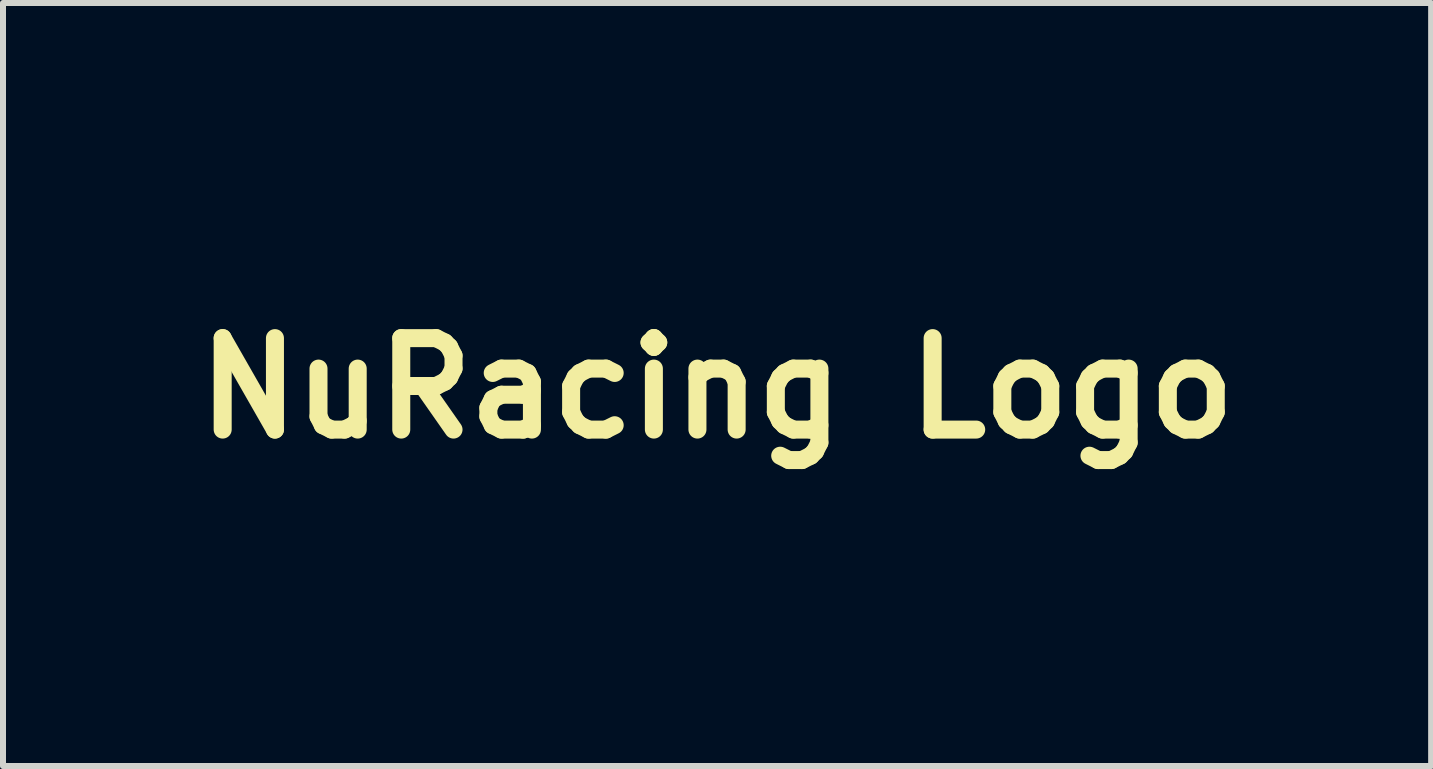
<source format=kicad_pcb>
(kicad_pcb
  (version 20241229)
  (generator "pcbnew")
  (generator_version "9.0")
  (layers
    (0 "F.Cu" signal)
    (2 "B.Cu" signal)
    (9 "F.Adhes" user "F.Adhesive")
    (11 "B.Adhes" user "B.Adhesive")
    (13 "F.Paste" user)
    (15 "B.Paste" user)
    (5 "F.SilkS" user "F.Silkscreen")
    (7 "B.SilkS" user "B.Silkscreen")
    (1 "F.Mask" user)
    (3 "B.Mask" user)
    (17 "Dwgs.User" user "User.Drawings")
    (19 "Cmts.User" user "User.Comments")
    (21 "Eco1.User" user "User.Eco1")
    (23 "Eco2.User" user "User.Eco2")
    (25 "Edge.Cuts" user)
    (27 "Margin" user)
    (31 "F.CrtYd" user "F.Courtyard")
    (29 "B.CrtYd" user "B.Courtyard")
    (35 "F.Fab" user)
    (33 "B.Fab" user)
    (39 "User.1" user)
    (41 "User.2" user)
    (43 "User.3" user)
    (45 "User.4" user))
  (footprint "NuRacing Logo"
    (layer "F.Cu")
    (at 8.897 3.418)
    (property "Reference" "NuRacing Logo" (at 0 0 0) (layer "F.SilkS") (effects (font (size 1.524 1.524) (thickness 0.3))))
    (attr through_hole)
    (fp_poly (pts (xy 0.421 2.333) (xy 0.451 2.343) (xy 0.452 2.344) (xy 0.449 2.371) (xy 0.431 2.422) (xy 0.412 2.466) (xy 0.382 2.532) (xy 0.34 2.621) (xy 0.293 2.721) (xy 0.266 2.778) (xy 0.169 2.985) (xy 0.083 2.985) (xy 0.029 2.982) (xy 0.008 2.971) (xy 0.009 2.946) (xy 0.011 2.94) (xy 0.025 2.906) (xy 0.054 2.842) (xy 0.093 2.756) (xy 0.14 2.655) (xy 0.161 2.612) (xy 0.213 2.503) (xy 0.252 2.426) (xy 0.28 2.376) (xy 0.303 2.347) (xy 0.325 2.333) (xy 0.349 2.329) (xy 0.369 2.328) (xy 0.421 2.333)) (stroke (width 0.01) (type solid)) (fill no) (layer "Eco2.User"))
    (fp_poly (pts (xy 1.667 2.333) (xy 1.693 2.344) (xy 1.693 2.347) (xy 1.685 2.372) (xy 1.661 2.428) (xy 1.624 2.508) (xy 1.579 2.606) (xy 1.546 2.675) (xy 1.483 2.807) (xy 1.433 2.902) (xy 1.389 2.961) (xy 1.346 2.985) (xy 1.298 2.977) (xy 1.238 2.937) (xy 1.162 2.866) (xy 1.07 2.773) (xy 0.995 2.697) (xy 0.931 2.634) (xy 0.883 2.589) (xy 0.858 2.567) (xy 0.856 2.566) (xy 0.845 2.586) (xy 0.821 2.637) (xy 0.786 2.71) (xy 0.754 2.778) (xy 0.659 2.985) (xy 0.489 2.985) (xy 0.643 2.662) (xy 0.708 2.525) (xy 0.76 2.426) (xy 0.805 2.361) (xy 0.848 2.331) (xy 0.894 2.333) (xy 0.948 2.367) (xy 1.017 2.43) (xy 1.106 2.522) (xy 1.125 2.543) (xy 1.2 2.62) (xy 1.263 2.684) (xy 1.311 2.729) (xy 1.338 2.75) (xy 1.341 2.751) (xy 1.353 2.729) (xy 1.379 2.677) (xy 1.414 2.603) (xy 1.446 2.535) (xy 1.489 2.444) (xy 1.52 2.384) (xy 1.544 2.35) (xy 1.567 2.334) (xy 1.595 2.329) (xy 1.618 2.328) (xy 1.667 2.333)) (stroke (width 0.01) (type solid)) (fill no) (layer "Eco2.User"))
    (fp_poly (pts (xy -1.477 2.337) (xy -1.44 2.375) (xy -1.44 2.376) (xy -1.43 2.41) (xy -1.414 2.475) (xy -1.394 2.561) (xy -1.373 2.659) (xy -1.352 2.758) (xy -1.333 2.849) (xy -1.32 2.922) (xy -1.313 2.966) (xy -1.312 2.972) (xy -1.331 2.98) (xy -1.379 2.982) (xy -1.413 2.98) (xy -1.474 2.974) (xy -1.506 2.961) (xy -1.52 2.932) (xy -1.524 2.91) (xy -1.535 2.847) (xy -1.772 2.841) (xy -2.009 2.835) (xy -2.092 2.91) (xy -2.152 2.957) (xy -2.206 2.979) (xy -2.267 2.985) (xy -2.322 2.983) (xy -2.341 2.975) (xy -2.331 2.959) (xy -2.328 2.955) (xy -2.295 2.926) (xy -2.238 2.875) (xy -2.162 2.808) (xy -2.073 2.731) (xy -2.052 2.712) (xy -1.859 2.712) (xy -1.843 2.721) (xy -1.795 2.728) (xy -1.724 2.73) (xy -1.713 2.731) (xy -1.561 2.731) (xy -1.575 2.61) (xy -1.584 2.543) (xy -1.593 2.495) (xy -1.598 2.48) (xy -1.616 2.489) (xy -1.656 2.519) (xy -1.708 2.563) (xy -1.763 2.613) (xy -1.813 2.66) (xy -1.848 2.696) (xy -1.859 2.712) (xy -2.052 2.712) (xy -1.98 2.649) (xy -1.888 2.569) (xy -1.804 2.496) (xy -1.735 2.437) (xy -1.687 2.396) (xy -1.676 2.386) (xy -1.605 2.343) (xy -1.535 2.327) (xy -1.477 2.337)) (stroke (width 0.01) (type solid)) (fill no) (layer "Eco2.User"))
    (fp_poly (pts (xy -0.284 2.331) (xy -0.176 2.337) (xy -0.102 2.35) (xy -0.06 2.372) (xy -0.044 2.404) (xy -0.052 2.448) (xy -0.073 2.496) (xy -0.104 2.538) (xy -0.151 2.559) (xy -0.191 2.565) (xy -0.254 2.566) (xy -0.288 2.557) (xy -0.288 2.539) (xy -0.276 2.53) (xy -0.256 2.499) (xy -0.254 2.486) (xy -0.262 2.472) (xy -0.289 2.463) (xy -0.342 2.458) (xy -0.428 2.456) (xy -0.483 2.455) (xy -0.713 2.455) (xy -0.801 2.641) (xy -0.839 2.722) (xy -0.868 2.788) (xy -0.886 2.831) (xy -0.889 2.842) (xy -0.869 2.848) (xy -0.816 2.853) (xy -0.737 2.857) (xy -0.654 2.857) (xy -0.42 2.857) (xy -0.396 2.794) (xy -0.368 2.747) (xy -0.326 2.731) (xy -0.315 2.731) (xy -0.245 2.735) (xy -0.212 2.752) (xy -0.212 2.788) (xy -0.235 2.84) (xy -0.265 2.89) (xy -0.301 2.927) (xy -0.351 2.953) (xy -0.42 2.97) (xy -0.514 2.98) (xy -0.64 2.984) (xy -0.738 2.985) (xy -0.865 2.984) (xy -0.956 2.981) (xy -1.018 2.976) (xy -1.056 2.967) (xy -1.077 2.955) (xy -1.08 2.953) (xy -1.09 2.93) (xy -1.09 2.897) (xy -1.077 2.849) (xy -1.049 2.779) (xy -1.005 2.683) (xy -0.946 2.561) (xy -0.904 2.481) (xy -0.866 2.422) (xy -0.824 2.381) (xy -0.771 2.354) (xy -0.698 2.339) (xy -0.6 2.332) (xy -0.469 2.33) (xy -0.43 2.33) (xy -0.284 2.331)) (stroke (width 0.01) (type solid)) (fill no) (layer "Eco2.User"))
    (fp_poly (pts (xy -2.46 2.334) (xy -2.381 2.341) (xy -2.33 2.353) (xy -2.3 2.371) (xy -2.287 2.397) (xy -2.286 2.414) (xy -2.298 2.469) (xy -2.329 2.54) (xy -2.37 2.613) (xy -2.413 2.673) (xy -2.438 2.697) (xy -2.49 2.719) (xy -2.559 2.73) (xy -2.576 2.731) (xy -2.632 2.734) (xy -2.664 2.743) (xy -2.667 2.747) (xy -2.653 2.77) (xy -2.616 2.812) (xy -2.572 2.857) (xy -2.522 2.909) (xy -2.488 2.949) (xy -2.477 2.968) (xy -2.496 2.977) (xy -2.545 2.983) (xy -2.598 2.984) (xy -2.72 2.984) (xy -2.817 2.863) (xy -2.87 2.798) (xy -2.91 2.761) (xy -2.947 2.744) (xy -2.992 2.739) (xy -2.993 2.739) (xy -3.037 2.74) (xy -3.067 2.753) (xy -3.093 2.784) (xy -3.126 2.843) (xy -3.134 2.861) (xy -3.169 2.927) (xy -3.196 2.964) (xy -3.225 2.981) (xy -3.267 2.984) (xy -3.281 2.985) (xy -3.334 2.983) (xy -3.363 2.978) (xy -3.365 2.977) (xy -3.357 2.956) (xy -3.333 2.903) (xy -3.298 2.826) (xy -3.253 2.729) (xy -3.218 2.654) (xy -3.204 2.625) (xy -3.028 2.625) (xy -2.796 2.625) (xy -2.694 2.624) (xy -2.625 2.622) (xy -2.582 2.615) (xy -2.553 2.603) (xy -2.532 2.583) (xy -2.52 2.569) (xy -2.488 2.523) (xy -2.476 2.492) (xy -2.491 2.472) (xy -2.536 2.461) (xy -2.615 2.456) (xy -2.709 2.455) (xy -2.941 2.455) (xy -2.985 2.54) (xy -3.028 2.625) (xy -3.204 2.625) (xy -3.07 2.339) (xy -2.72 2.333) (xy -2.571 2.332) (xy -2.46 2.334)) (stroke (width 0.01) (type solid)) (fill no) (layer "Eco2.User"))
    (fp_poly (pts (xy 2.609 2.331) (xy 2.72 2.336) (xy 2.799 2.346) (xy 2.848 2.362) (xy 2.873 2.384) (xy 2.878 2.407) (xy 2.866 2.462) (xy 2.825 2.495) (xy 2.751 2.513) (xy 2.695 2.519) (xy 2.672 2.513) (xy 2.672 2.494) (xy 2.674 2.49) (xy 2.676 2.475) (xy 2.665 2.466) (xy 2.635 2.46) (xy 2.58 2.458) (xy 2.493 2.458) (xy 2.412 2.46) (xy 2.136 2.466) (xy 2.043 2.662) (xy 1.95 2.857) (xy 2.497 2.857) (xy 2.562 2.731) (xy 2.424 2.731) (xy 2.344 2.728) (xy 2.301 2.718) (xy 2.288 2.696) (xy 2.301 2.658) (xy 2.308 2.644) (xy 2.322 2.626) (xy 2.345 2.614) (xy 2.386 2.608) (xy 2.453 2.604) (xy 2.554 2.604) (xy 2.562 2.603) (xy 2.655 2.604) (xy 2.731 2.607) (xy 2.78 2.61) (xy 2.794 2.613) (xy 2.786 2.636) (xy 2.763 2.686) (xy 2.732 2.753) (xy 2.729 2.76) (xy 2.694 2.831) (xy 2.664 2.885) (xy 2.632 2.923) (xy 2.59 2.949) (xy 2.534 2.964) (xy 2.455 2.973) (xy 2.348 2.978) (xy 2.206 2.98) (xy 2.192 2.98) (xy 2.053 2.982) (xy 1.95 2.982) (xy 1.877 2.98) (xy 1.829 2.976) (xy 1.799 2.968) (xy 1.781 2.957) (xy 1.778 2.953) (xy 1.765 2.924) (xy 1.766 2.882) (xy 1.784 2.821) (xy 1.819 2.737) (xy 1.874 2.624) (xy 1.901 2.572) (xy 1.945 2.491) (xy 1.983 2.43) (xy 2.025 2.387) (xy 2.075 2.359) (xy 2.143 2.342) (xy 2.233 2.333) (xy 2.354 2.33) (xy 2.459 2.33) (xy 2.609 2.331)) (stroke (width 0.01) (type solid)) (fill no) (layer "Eco2.User"))
    (fp_poly (pts (xy 3.632 -2.111) (xy 3.606 -2.054) (xy 3.567 -1.968) (xy 3.517 -1.862) (xy 3.463 -1.746) (xy 3.429 -1.672) (xy 3.373 -1.553) (xy 3.319 -1.436) (xy 3.271 -1.332) (xy 3.233 -1.251) (xy 3.217 -1.217) (xy 3.18 -1.137) (xy 3.134 -1.037) (xy 3.086 -0.935) (xy 3.074 -0.91) (xy 3.027 -0.809) (xy 2.978 -0.703) (xy 2.935 -0.611) (xy 2.926 -0.593) (xy 2.893 -0.522) (xy 2.846 -0.421) (xy 2.787 -0.296) (xy 2.721 -0.154) (xy 2.651 -0.004) (xy 2.58 0.148) (xy 2.512 0.294) (xy 2.466 0.392) (xy 2.366 0.606) (xy 2.282 0.785) (xy 2.214 0.932) (xy 2.16 1.049) (xy 2.118 1.139) (xy 2.088 1.206) (xy 2.068 1.252) (xy 2.057 1.28) (xy 2.053 1.293) (xy 2.053 1.293) (xy 2.073 1.304) (xy 2.124 1.311) (xy 2.198 1.313) (xy 2.285 1.311) (xy 2.375 1.306) (xy 2.458 1.297) (xy 2.524 1.285) (xy 2.545 1.279) (xy 2.577 1.268) (xy 2.606 1.257) (xy 2.634 1.243) (xy 2.661 1.223) (xy 2.689 1.197) (xy 2.719 1.16) (xy 2.752 1.112) (xy 2.79 1.05) (xy 2.834 0.971) (xy 2.886 0.873) (xy 2.945 0.754) (xy 3.014 0.611) (xy 3.095 0.443) (xy 3.187 0.247) (xy 3.293 0.02) (xy 3.413 -0.24) (xy 3.55 -0.534) (xy 3.621 -0.688) (xy 3.673 -0.8) (xy 3.732 -0.928) (xy 3.787 -1.046) (xy 3.798 -1.069) (xy 3.849 -1.179) (xy 3.906 -1.301) (xy 3.959 -1.414) (xy 3.97 -1.438) (xy 4.01 -1.524) (xy 4.063 -1.636) (xy 4.121 -1.76) (xy 4.179 -1.884) (xy 4.193 -1.914) (xy 4.333 -2.212) (xy 4.696 -2.218) (xy 4.814 -2.219) (xy 4.917 -2.218) (xy 4.996 -2.215) (xy 5.045 -2.211) (xy 5.059 -2.206) (xy 5.046 -2.176) (xy 5.04 -2.169) (xy 5.028 -2.146) (xy 5 -2.089) (xy 4.957 -2.002) (xy 4.903 -1.888) (xy 4.839 -1.753) (xy 4.766 -1.599) (xy 4.687 -1.431) (xy 4.603 -1.252) (xy 4.517 -1.068) (xy 4.43 -0.882) (xy 4.344 -0.697) (xy 4.262 -0.519) (xy 4.184 -0.351) (xy 4.164 -0.307) (xy 4.108 -0.185) (xy 4.047 -0.053) (xy 3.988 0.074) (xy 3.948 0.159) (xy 3.909 0.24) (xy 3.857 0.352) (xy 3.795 0.484) (xy 3.728 0.628) (xy 3.659 0.775) (xy 3.628 0.843) (xy 3.548 1.014) (xy 3.481 1.151) (xy 3.425 1.261) (xy 3.377 1.348) (xy 3.332 1.419) (xy 3.288 1.478) (xy 3.241 1.532) (xy 3.188 1.585) (xy 3.182 1.591) (xy 3.017 1.722) (xy 2.824 1.826) (xy 2.607 1.902) (xy 2.372 1.949) (xy 2.125 1.966) (xy 1.871 1.95) (xy 1.831 1.945) (xy 1.67 1.905) (xy 1.535 1.839) (xy 1.429 1.749) (xy 1.355 1.638) (xy 1.318 1.509) (xy 1.313 1.439) (xy 1.315 1.409) (xy 1.32 1.373) (xy 1.331 1.33) (xy 1.349 1.277) (xy 1.374 1.21) (xy 1.408 1.126) (xy 1.451 1.024) (xy 1.507 0.899) (xy 1.574 0.75) (xy 1.656 0.572) (xy 1.752 0.365) (xy 1.865 0.124) (xy 1.952 -0.064) (xy 2.053 -0.278) (xy 2.151 -0.488) (xy 2.245 -0.689) (xy 2.332 -0.876) (xy 2.411 -1.045) (xy 2.479 -1.192) (xy 2.535 -1.312) (xy 2.577 -1.402) (xy 2.599 -1.45) (xy 2.651 -1.564) (xy 2.714 -1.699) (xy 2.779 -1.837) (xy 2.834 -1.953) (xy 2.962 -2.223) (xy 3.682 -2.223) (xy 3.632 -2.111)) (stroke (width 0.01) (type solid)) (fill no) (layer "Eco2.User"))
    (fp_poly (pts (xy 1.761 -2.198) (xy 1.916 -2.158) (xy 2.043 -2.095) (xy 2.144 -2.008) (xy 2.188 -1.954) (xy 2.222 -1.899) (xy 2.241 -1.848) (xy 2.248 -1.785) (xy 2.249 -1.721) (xy 2.246 -1.654) (xy 2.238 -1.592) (xy 2.223 -1.527) (xy 2.196 -1.451) (xy 2.157 -1.357) (xy 2.103 -1.237) (xy 2.069 -1.164) (xy 2.047 -1.118) (xy 2.027 -1.075) (xy 2.007 -1.032) (xy 1.985 -0.987) (xy 1.961 -0.936) (xy 1.933 -0.876) (xy 1.9 -0.805) (xy 1.861 -0.721) (xy 1.813 -0.619) (xy 1.756 -0.497) (xy 1.689 -0.353) (xy 1.61 -0.183) (xy 1.517 0.016) (xy 1.41 0.245) (xy 1.287 0.509) (xy 1.223 0.646) (xy 1.121 0.863) (xy 1.024 1.07) (xy 0.934 1.263) (xy 0.851 1.438) (xy 0.778 1.592) (xy 0.717 1.722) (xy 0.667 1.825) (xy 0.632 1.898) (xy 0.612 1.937) (xy 0.609 1.942) (xy 0.582 1.951) (xy 0.523 1.958) (xy 0.44 1.964) (xy 0.342 1.967) (xy 0.236 1.969) (xy 0.132 1.969) (xy 0.037 1.967) (xy -0.04 1.963) (xy -0.09 1.957) (xy -0.106 1.949) (xy -0.097 1.924) (xy -0.073 1.869) (xy -0.038 1.79) (xy 0.007 1.695) (xy 0.024 1.658) (xy 0.077 1.546) (xy 0.13 1.433) (xy 0.177 1.333) (xy 0.213 1.256) (xy 0.216 1.249) (xy 0.248 1.181) (xy 0.294 1.08) (xy 0.355 0.951) (xy 0.426 0.798) (xy 0.505 0.627) (xy 0.591 0.443) (xy 0.68 0.251) (xy 0.772 0.056) (xy 0.862 -0.138) (xy 0.949 -0.324) (xy 1.031 -0.499) (xy 1.105 -0.657) (xy 1.168 -0.792) (xy 1.219 -0.901) (xy 1.238 -0.942) (xy 1.314 -1.104) (xy 1.381 -1.248) (xy 1.437 -1.372) (xy 1.481 -1.47) (xy 1.51 -1.538) (xy 1.523 -1.574) (xy 1.524 -1.577) (xy 1.505 -1.585) (xy 1.453 -1.587) (xy 1.378 -1.585) (xy 1.291 -1.579) (xy 1.199 -1.57) (xy 1.114 -1.559) (xy 1.043 -1.546) (xy 1 -1.534) (xy 0.957 -1.515) (xy 0.92 -1.494) (xy 0.886 -1.468) (xy 0.852 -1.433) (xy 0.816 -1.385) (xy 0.777 -1.321) (xy 0.731 -1.236) (xy 0.676 -1.127) (xy 0.61 -0.99) (xy 0.531 -0.822) (xy 0.449 -0.646) (xy 0.393 -0.524) (xy 0.332 -0.394) (xy 0.275 -0.271) (xy 0.228 -0.171) (xy 0.227 -0.169) (xy 0.194 -0.1) (xy 0.146 0.002) (xy 0.086 0.131) (xy 0.016 0.281) (xy -0.061 0.446) (xy -0.143 0.621) (xy -0.226 0.799) (xy -0.308 0.975) (xy -0.386 1.144) (xy -0.458 1.298) (xy -0.521 1.433) (xy -0.568 1.535) (xy -0.614 1.634) (xy -0.661 1.732) (xy -0.7 1.815) (xy -0.719 1.852) (xy -0.773 1.958) (xy -1.115 1.964) (xy -1.231 1.965) (xy -1.331 1.964) (xy -1.408 1.961) (xy -1.456 1.957) (xy -1.467 1.953) (xy -1.461 1.929) (xy -1.44 1.874) (xy -1.407 1.794) (xy -1.363 1.696) (xy -1.328 1.619) (xy -1.134 1.203) (xy -0.958 0.823) (xy -0.798 0.478) (xy -0.653 0.167) (xy -0.522 -0.114) (xy -0.405 -0.364) (xy -0.301 -0.587) (xy -0.209 -0.784) (xy -0.127 -0.957) (xy -0.056 -1.107) (xy 0.006 -1.236) (xy 0.059 -1.346) (xy 0.105 -1.439) (xy 0.144 -1.516) (xy 0.177 -1.58) (xy 0.206 -1.631) (xy 0.23 -1.672) (xy 0.251 -1.705) (xy 0.269 -1.731) (xy 0.286 -1.752) (xy 0.303 -1.769) (xy 0.319 -1.785) (xy 0.337 -1.802) (xy 0.357 -1.82) (xy 0.368 -1.831) (xy 0.525 -1.965) (xy 0.695 -2.068) (xy 0.883 -2.143) (xy 1.096 -2.191) (xy 1.339 -2.216) (xy 1.352 -2.216) (xy 1.574 -2.217) (xy 1.761 -2.198)) (stroke (width 0.01) (type solid)) (fill no) (layer "Eco2.User"))
    (fp_poly (pts (xy -1.984 -3.399) (xy -1.906 -3.391) (xy -1.811 -3.381) (xy -1.707 -3.368) (xy -1.603 -3.354) (xy -1.508 -3.341) (xy -1.429 -3.329) (xy -1.377 -3.319) (xy -1.36 -3.315) (xy -1.355 -3.293) (xy -1.346 -3.239) (xy -1.336 -3.163) (xy -1.331 -3.131) (xy -1.319 -3.048) (xy -1.307 -2.981) (xy -1.296 -2.942) (xy -1.293 -2.937) (xy -1.276 -2.946) (xy -1.242 -2.985) (xy -1.197 -3.045) (xy -1.168 -3.088) (xy -1.114 -3.168) (xy -1.076 -3.216) (xy -1.047 -3.241) (xy -1.021 -3.246) (xy -1.01 -3.245) (xy -0.94 -3.227) (xy -0.845 -3.2) (xy -0.736 -3.168) (xy -0.625 -3.134) (xy -0.521 -3.102) (xy -0.437 -3.074) (xy -0.383 -3.053) (xy -0.382 -3.053) (xy -0.288 -3.013) (xy -0.293 -2.792) (xy -0.297 -2.572) (xy -0.143 -2.734) (xy 0.011 -2.897) (xy 0.189 -2.814) (xy 0.267 -2.774) (xy 0.367 -2.72) (xy 0.48 -2.658) (xy 0.596 -2.591) (xy 0.706 -2.525) (xy 0.802 -2.467) (xy 0.874 -2.42) (xy 0.898 -2.402) (xy 0.922 -2.382) (xy 0.927 -2.368) (xy 0.907 -2.354) (xy 0.856 -2.334) (xy 0.815 -2.319) (xy 0.629 -2.234) (xy 0.446 -2.117) (xy 0.275 -1.974) (xy 0.128 -1.816) (xy 0.056 -1.717) (xy 0.018 -1.655) (xy -0.032 -1.562) (xy -0.092 -1.447) (xy -0.155 -1.319) (xy -0.219 -1.186) (xy -0.229 -1.164) (xy -0.311 -0.99) (xy -0.376 -0.852) (xy -0.427 -0.745) (xy -0.465 -0.666) (xy -0.493 -0.613) (xy -0.511 -0.581) (xy -0.522 -0.567) (xy -0.527 -0.569) (xy -0.528 -0.577) (xy -0.547 -0.623) (xy -0.595 -0.68) (xy -0.664 -0.738) (xy -0.743 -0.79) (xy -0.818 -0.826) (xy -0.914 -0.853) (xy -1.04 -0.872) (xy -1.186 -0.884) (xy -1.338 -0.888) (xy -1.486 -0.883) (xy -1.608 -0.869) (xy -1.686 -0.854) (xy -1.779 -0.832) (xy -1.877 -0.805) (xy -1.972 -0.776) (xy -2.056 -0.747) (xy -2.12 -0.723) (xy -2.155 -0.704) (xy -2.159 -0.698) (xy -2.139 -0.692) (xy -2.084 -0.686) (xy -2 -0.68) (xy -1.894 -0.675) (xy -1.804 -0.672) (xy -1.626 -0.664) (xy -1.483 -0.652) (xy -1.37 -0.634) (xy -1.278 -0.607) (xy -1.202 -0.571) (xy -1.134 -0.524) (xy -1.122 -0.514) (xy -1.027 -0.411) (xy -0.971 -0.297) (xy -0.954 -0.17) (xy -0.974 -0.026) (xy -1.006 0.073) (xy -1.081 0.254) (xy -1.167 0.415) (xy -1.268 0.567) (xy -1.392 0.718) (xy -1.546 0.878) (xy -1.57 0.902) (xy -1.851 1.148) (xy -2.165 1.376) (xy -2.508 1.58) (xy -2.614 1.636) (xy -2.871 1.788) (xy -3.109 1.973) (xy -3.323 2.186) (xy -3.508 2.421) (xy -3.659 2.674) (xy -3.74 2.853) (xy -3.779 2.942) (xy -3.818 3.019) (xy -3.852 3.073) (xy -3.867 3.089) (xy -3.907 3.112) (xy -3.978 3.142) (xy -4.069 3.176) (xy -4.171 3.211) (xy -4.272 3.244) (xy -4.363 3.27) (xy -4.433 3.287) (xy -4.445 3.289) (xy -4.51 3.29) (xy -4.591 3.28) (xy -4.627 3.273) (xy -4.714 3.244) (xy -4.804 3.204) (xy -4.833 3.189) (xy -4.93 3.132) (xy -4.87 3) (xy -4.845 2.945) (xy -4.804 2.858) (xy -4.781 2.808) (xy -4.541 2.808) (xy -4.54 2.864) (xy -4.535 2.934) (xy -4.528 3.006) (xy -4.52 3.067) (xy -4.513 3.105) (xy -4.51 3.111) (xy -4.492 3.094) (xy -4.466 3.048) (xy -4.449 3.011) (xy -4.405 2.91) (xy -4.471 2.842) (xy -4.511 2.802) (xy -4.536 2.78) (xy -4.539 2.778) (xy -4.541 2.808) (xy -4.781 2.808) (xy -4.752 2.746) (xy -4.692 2.617) (xy -4.627 2.477) (xy -4.572 2.36) (xy -4.505 2.216) (xy -4.44 2.079) (xy -4.382 1.953) (xy -4.332 1.847) (xy -4.295 1.766) (xy -4.275 1.725) (xy -4.241 1.65) (xy -4.195 1.552) (xy -4.146 1.447) (xy -4.117 1.386) (xy -4.067 1.281) (xy -4.008 1.153) (xy -3.946 1.021) (xy -3.895 0.91) (xy -3.826 0.761) (xy -3.761 0.621) (xy -3.694 0.478) (xy -3.621 0.322) (xy -3.536 0.14) (xy -3.519 0.106) (xy -3.476 0.014) (xy -3.048 0.014) (xy -3.044 0.02) (xy -3.028 0.014) (xy -2.996 -0.006) (xy -2.943 -0.045) (xy -2.863 -0.105) (xy -2.819 -0.138) (xy -2.733 -0.203) (xy -2.676 -0.252) (xy -2.645 -0.294) (xy -2.636 -0.339) (xy -2.645 -0.399) (xy -2.669 -0.482) (xy -2.684 -0.529) (xy -2.726 -0.667) (xy -2.887 -0.331) (xy -2.939 -0.222) (xy -2.984 -0.127) (xy -3.019 -0.051) (xy -3.042 -0.002) (xy -3.048 0.014) (xy -3.476 0.014) (xy -3.472 0.004) (xy -3.423 -0.099) (xy -3.381 -0.188) (xy -3.366 -0.222) (xy -3.277 -0.414) (xy -3.184 -0.613) (xy -3.093 -0.809) (xy -3.007 -0.991) (xy -2.933 -1.149) (xy -2.911 -1.196) (xy -2.863 -1.297) (xy -2.82 -1.39) (xy -2.785 -1.465) (xy -2.764 -1.513) (xy -2.762 -1.516) (xy -2.735 -1.583) (xy -2.897 -1.711) (xy -2.96 -1.76) (xy -3.034 -1.818) (xy -3.12 -1.886) (xy -3.222 -1.965) (xy -3.343 -2.06) (xy -3.485 -2.17) (xy -3.6 -2.26) (xy -1.983 -2.26) (xy -1.965 -2.081) (xy -1.918 -1.906) (xy -1.912 -1.889) (xy -1.885 -1.827) (xy -1.863 -1.802) (xy -1.841 -1.807) (xy -1.836 -1.812) (xy -1.836 -1.837) (xy -1.848 -1.889) (xy -1.863 -1.937) (xy -1.889 -2.028) (xy -1.91 -2.127) (xy -1.916 -2.166) (xy -1.921 -2.244) (xy -1.92 -2.324) (xy -1.912 -2.393) (xy -1.899 -2.44) (xy -1.885 -2.455) (xy -1.857 -2.44) (xy -1.811 -2.4) (xy -1.755 -2.343) (xy -1.696 -2.277) (xy -1.642 -2.212) (xy -1.601 -2.155) (xy -1.594 -2.144) (xy -1.558 -2.088) (xy -1.536 -2.068) (xy -1.53 -2.081) (xy -1.542 -2.124) (xy -1.572 -2.192) (xy -1.578 -2.205) (xy -1.625 -2.288) (xy -1.682 -2.372) (xy -1.744 -2.451) (xy -1.804 -2.519) (xy -1.859 -2.571) (xy -1.902 -2.6) (xy -1.928 -2.6) (xy -1.93 -2.598) (xy -1.941 -2.565) (xy -1.956 -2.504) (xy -1.971 -2.428) (xy -1.971 -2.427) (xy -1.983 -2.26) (xy -3.6 -2.26) (xy -3.651 -2.3) (xy -3.845 -2.451) (xy -4.07 -2.626) (xy -4.093 -2.644) (xy -4.218 -2.742) (xy -4.332 -2.832) (xy -4.431 -2.911) (xy -4.51 -2.975) (xy -4.564 -3.021) (xy -4.591 -3.045) (xy -4.593 -3.048) (xy -4.574 -3.061) (xy -4.52 -3.082) (xy -4.438 -3.11) (xy -4.335 -3.141) (xy -4.218 -3.174) (xy -4.093 -3.208) (xy -3.968 -3.241) (xy -3.848 -3.271) (xy -3.741 -3.295) (xy -3.653 -3.313) (xy -3.592 -3.322) (xy -3.576 -3.323) (xy -3.558 -3.306) (xy -3.526 -3.26) (xy -3.486 -3.193) (xy -3.47 -3.165) (xy -3.418 -3.071) (xy -3.383 -3.016) (xy -3.359 -2.998) (xy -3.341 -3.019) (xy -3.324 -3.08) (xy -3.303 -3.181) (xy -3.302 -3.188) (xy -3.286 -3.261) (xy -3.27 -3.318) (xy -3.26 -3.344) (xy -3.229 -3.361) (xy -3.161 -3.376) (xy -3.063 -3.389) (xy -2.94 -3.398) (xy -2.798 -3.405) (xy -2.675 -3.407) (xy -2.439 -3.408) (xy -2.415 -3.318) (xy -2.39 -3.237) (xy -2.359 -3.156) (xy -2.354 -3.145) (xy -2.316 -3.062) (xy -2.237 -3.238) (xy -2.158 -3.413) (xy -1.984 -3.399)) (stroke (width 0.01) (type solid)) (fill no) (layer "Eco2.User")))
  (gr_rect
    (start -3 -3)
    (end 20.795 9.713)
    (stroke (width 0.1) (type default))
    (fill no)
    (layer "Edge.Cuts")))
</source>
